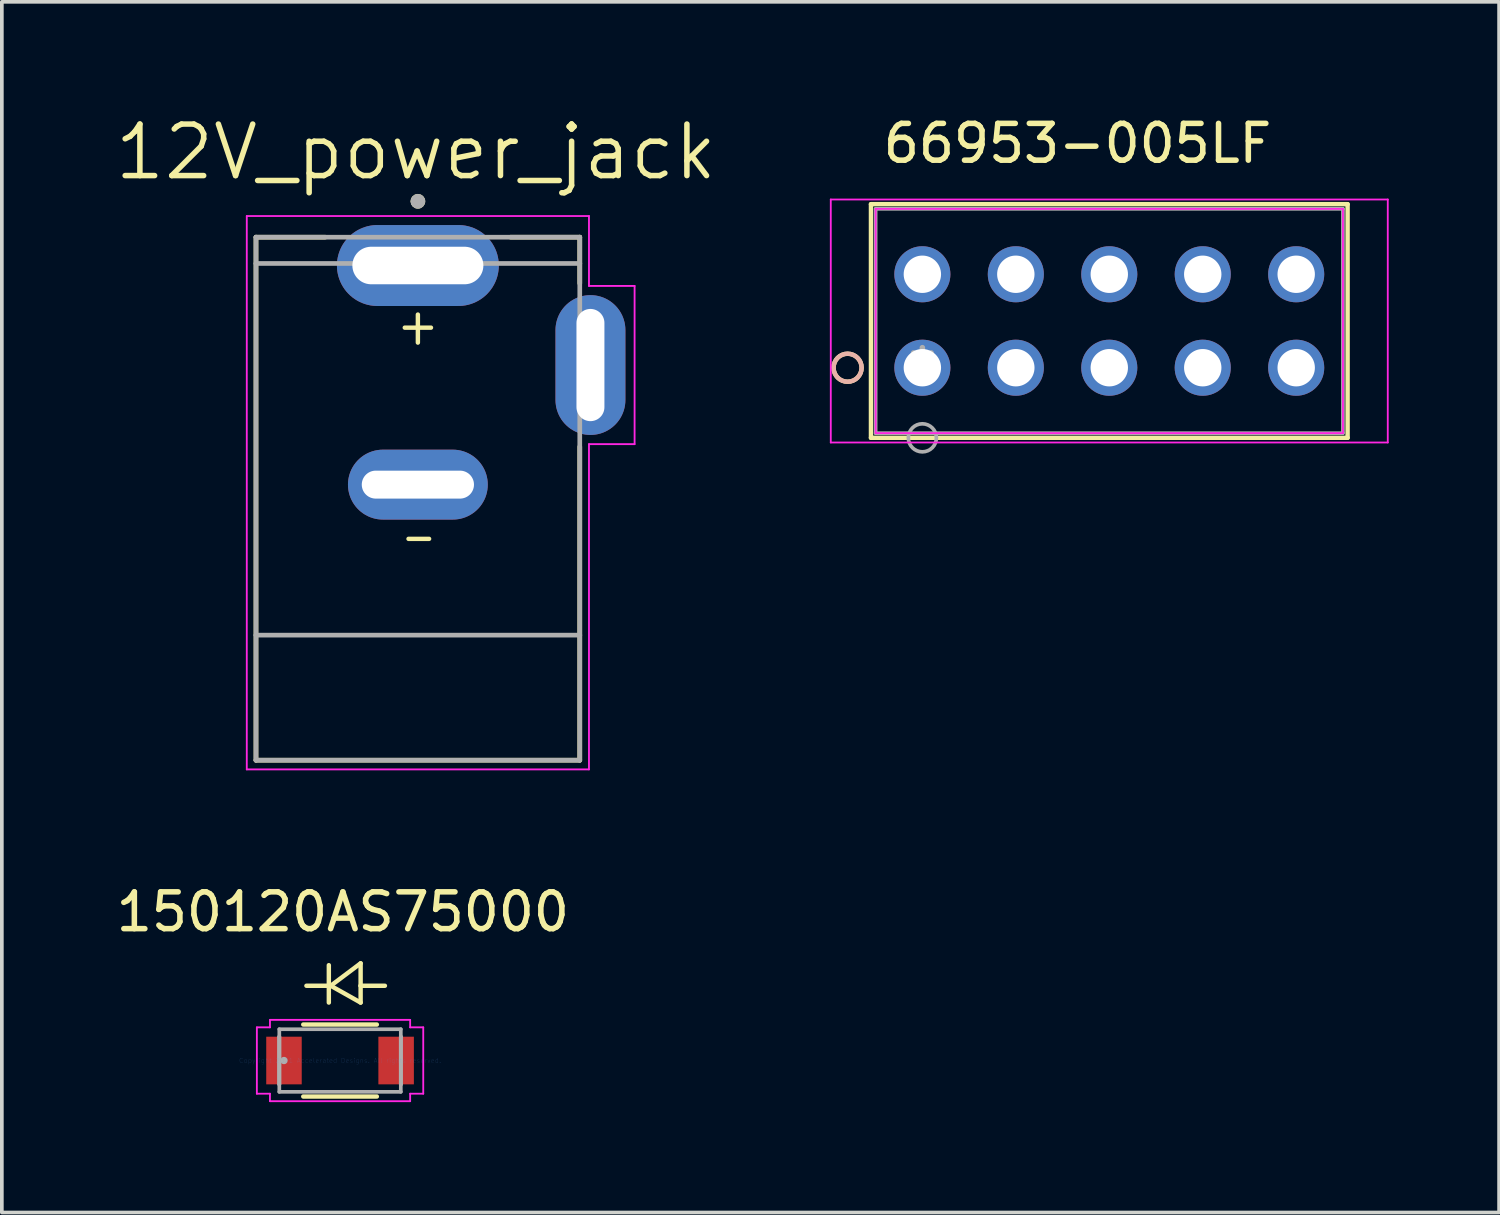
<source format=kicad_pcb>
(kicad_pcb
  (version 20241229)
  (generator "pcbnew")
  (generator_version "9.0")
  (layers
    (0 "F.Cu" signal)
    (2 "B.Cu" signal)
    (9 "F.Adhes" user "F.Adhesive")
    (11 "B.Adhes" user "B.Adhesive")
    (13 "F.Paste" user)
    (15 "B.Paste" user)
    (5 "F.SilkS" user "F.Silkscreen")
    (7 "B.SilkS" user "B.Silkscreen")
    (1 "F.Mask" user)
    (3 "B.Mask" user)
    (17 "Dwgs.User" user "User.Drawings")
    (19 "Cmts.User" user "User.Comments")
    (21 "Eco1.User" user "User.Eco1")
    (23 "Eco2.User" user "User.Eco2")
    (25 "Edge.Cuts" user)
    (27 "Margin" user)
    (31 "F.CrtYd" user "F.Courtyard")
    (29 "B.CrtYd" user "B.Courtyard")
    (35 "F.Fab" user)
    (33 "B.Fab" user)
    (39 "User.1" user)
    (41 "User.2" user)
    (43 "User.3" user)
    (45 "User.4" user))
  (footprint "12V_power_jack"
    (layer "F.Cu")
    (at 8.307 6.871)
    (property "Reference" "12V_power_jack" (at -0.055 -5.789 0) (layer "F.SilkS") (effects (font (size 1.4 1.4) (thickness 0.15))))
    (attr through_hole)
    (fp_line (start -4.4 -3.475) (end -4.4 10.74) (stroke (width 0.127) (type solid)) (layer "F.SilkS"))
    (fp_line (start -4.4 10.74) (end 4.4 10.74) (stroke (width 0.127) (type solid)) (layer "F.SilkS"))
    (fp_line (start -2.52 -3.475) (end -4.4 -3.475) (stroke (width 0.127) (type solid)) (layer "F.SilkS"))
    (fp_line (start -0.356 -1.016) (end 0.356 -1.016) (stroke (width 0.12) (type solid)) (layer "F.SilkS"))
    (fp_line (start -0.254 4.724) (end 0.305 4.724) (stroke (width 0.12) (type solid)) (layer "F.SilkS"))
    (fp_line (start 0 -1.372) (end 0 -0.61) (stroke (width 0.12) (type solid)) (layer "F.SilkS"))
    (fp_line (start 2.52 -3.475) (end 4.4 -3.475) (stroke (width 0.127) (type solid)) (layer "F.SilkS"))
    (fp_line (start 4.4 -3.475) (end 4.4 -2.22) (stroke (width 0.127) (type solid)) (layer "F.SilkS"))
    (fp_line (start 4.4 10.74) (end 4.4 2.22) (stroke (width 0.127) (type solid)) (layer "F.SilkS"))
    (fp_circle (center 0 -4.45) (end 0.1 -4.45) (stroke (width 0.2) (type solid)) (fill no) (layer "F.SilkS"))
    (fp_line (start -4.65 -4.05) (end -4.65 10.99) (stroke (width 0.05) (type solid)) (layer "F.CrtYd"))
    (fp_line (start -4.65 10.99) (end 4.65 10.99) (stroke (width 0.05) (type solid)) (layer "F.CrtYd"))
    (fp_line (start 4.65 -4.05) (end -4.65 -4.05) (stroke (width 0.05) (type solid)) (layer "F.CrtYd"))
    (fp_line (start 4.65 -4.05) (end 4.65 -2.15) (stroke (width 0.05) (type solid)) (layer "F.CrtYd"))
    (fp_line (start 4.65 -2.15) (end 5.89 -2.15) (stroke (width 0.05) (type solid)) (layer "F.CrtYd"))
    (fp_line (start 4.65 2.15) (end 4.65 10.99) (stroke (width 0.05) (type solid)) (layer "F.CrtYd"))
    (fp_line (start 5.89 -2.15) (end 5.89 2.15) (stroke (width 0.05) (type solid)) (layer "F.CrtYd"))
    (fp_line (start 5.89 2.15) (end 4.65 2.15) (stroke (width 0.05) (type solid)) (layer "F.CrtYd"))
    (fp_line (start -4.4 -3.475) (end -4.4 -2.76) (stroke (width 0.127) (type solid)) (layer "F.Fab"))
    (fp_line (start -4.4 -2.76) (end -4.4 7.34) (stroke (width 0.127) (type solid)) (layer "F.Fab"))
    (fp_line (start -4.4 -2.76) (end 4.4 -2.76) (stroke (width 0.127) (type solid)) (layer "F.Fab"))
    (fp_line (start -4.4 7.34) (end -4.4 10.74) (stroke (width 0.127) (type solid)) (layer "F.Fab"))
    (fp_line (start -4.4 7.34) (end 4.4 7.34) (stroke (width 0.127) (type solid)) (layer "F.Fab"))
    (fp_line (start -4.4 10.74) (end 4.4 10.74) (stroke (width 0.127) (type solid)) (layer "F.Fab"))
    (fp_line (start 4.4 -3.475) (end -4.4 -3.475) (stroke (width 0.127) (type solid)) (layer "F.Fab"))
    (fp_line (start 4.4 -2.76) (end 4.4 -3.475) (stroke (width 0.127) (type solid)) (layer "F.Fab"))
    (fp_line (start 4.4 7.34) (end 4.4 -2.76) (stroke (width 0.127) (type solid)) (layer "F.Fab"))
    (fp_line (start 4.4 10.74) (end 4.4 7.34) (stroke (width 0.127) (type solid)) (layer "F.Fab"))
    (fp_circle (center 0 -4.45) (end 0.1 -4.45) (stroke (width 0.2) (type solid)) (fill no) (layer "F.Fab"))
    (pad "1" thru_hole oval (at 0 -2.705) (size 4.4 2.2) (drill oval 3.56 1.02) (layers "*.Cu" "*.Mask"))
    (pad "2" thru_hole oval (at 0 3.25) (size 3.8 1.9) (drill oval 3.05 0.76) (layers "*.Cu" "*.Mask"))
    (pad "3" thru_hole oval (at 4.69 0) (size 1.9 3.8) (drill oval 0.76 3.05) (layers "*.Cu" "*.Mask")))
  (footprint "150120AS75000"
    (layer "F.Cu")
    (at 6.192 25.773)
    (property "Reference" "150120AS75000" (at 0.076 -4.039 0) (layer "F.SilkS") (effects (font (size 1 1) (thickness 0.15))))
    (attr through_hole)
    (fp_line (start -1 0.978) (end 1 0.978) (stroke (width 0.12) (type solid)) (layer "F.SilkS"))
    (fp_line (start -0.305 -2.591) (end -0.305 -1.575) (stroke (width 0.12) (type solid)) (layer "F.SilkS"))
    (fp_line (start -0.254 -2.032) (end -0.914 -2.032) (stroke (width 0.12) (type solid)) (layer "F.SilkS"))
    (fp_line (start 0.559 -2.642) (end -0.254 -2.032) (stroke (width 0.12) (type solid)) (layer "F.SilkS"))
    (fp_line (start 0.559 -2.032) (end 0.559 -2.642) (stroke (width 0.12) (type solid)) (layer "F.SilkS"))
    (fp_line (start 0.559 -2.032) (end 0.559 -1.575) (stroke (width 0.12) (type solid)) (layer "F.SilkS"))
    (fp_line (start 0.559 -1.575) (end -0.254 -2.032) (stroke (width 0.12) (type solid)) (layer "F.SilkS"))
    (fp_line (start 1 -0.978) (end -1 -0.978) (stroke (width 0.12) (type solid)) (layer "F.SilkS"))
    (fp_line (start 1.219 -2.032) (end 0.559 -2.032) (stroke (width 0.12) (type solid)) (layer "F.SilkS"))
    (fp_line (start -2.261 -0.902) (end -1.905 -0.902) (stroke (width 0.05) (type solid)) (layer "F.CrtYd"))
    (fp_line (start -2.261 0.902) (end -2.261 -0.902) (stroke (width 0.05) (type solid)) (layer "F.CrtYd"))
    (fp_line (start -1.905 -1.105) (end 1.905 -1.105) (stroke (width 0.05) (type solid)) (layer "F.CrtYd"))
    (fp_line (start -1.905 -0.902) (end -1.905 -1.105) (stroke (width 0.05) (type solid)) (layer "F.CrtYd"))
    (fp_line (start -1.905 0.902) (end -2.261 0.902) (stroke (width 0.05) (type solid)) (layer "F.CrtYd"))
    (fp_line (start -1.905 1.105) (end -1.905 0.902) (stroke (width 0.05) (type solid)) (layer "F.CrtYd"))
    (fp_line (start 1.905 -1.105) (end 1.905 -0.902) (stroke (width 0.05) (type solid)) (layer "F.CrtYd"))
    (fp_line (start 1.905 -0.902) (end 2.261 -0.902) (stroke (width 0.05) (type solid)) (layer "F.CrtYd"))
    (fp_line (start 1.905 0.902) (end 1.905 1.105) (stroke (width 0.05) (type solid)) (layer "F.CrtYd"))
    (fp_line (start 1.905 1.105) (end -1.905 1.105) (stroke (width 0.05) (type solid)) (layer "F.CrtYd"))
    (fp_line (start 2.261 -0.902) (end 2.261 0.902) (stroke (width 0.05) (type solid)) (layer "F.CrtYd"))
    (fp_line (start 2.261 0.902) (end 1.905 0.902) (stroke (width 0.05) (type solid)) (layer "F.CrtYd"))
    (fp_line (start -1.651 -0.851) (end -1.651 0.851) (stroke (width 0.1) (type solid)) (layer "F.Fab"))
    (fp_line (start -1.651 -0.648) (end -1.651 -0.648) (stroke (width 0.1) (type solid)) (layer "F.Fab"))
    (fp_line (start -1.651 -0.648) (end -1.651 0.648) (stroke (width 0.1) (type solid)) (layer "F.Fab"))
    (fp_line (start -1.651 0.648) (end -1.651 -0.648) (stroke (width 0.1) (type solid)) (layer "F.Fab"))
    (fp_line (start -1.651 0.648) (end -1.651 0.648) (stroke (width 0.1) (type solid)) (layer "F.Fab"))
    (fp_line (start -1.651 0.851) (end 1.651 0.851) (stroke (width 0.1) (type solid)) (layer "F.Fab"))
    (fp_line (start 1.651 -0.851) (end -1.651 -0.851) (stroke (width 0.1) (type solid)) (layer "F.Fab"))
    (fp_line (start 1.651 -0.648) (end 1.651 -0.648) (stroke (width 0.1) (type solid)) (layer "F.Fab"))
    (fp_line (start 1.651 -0.648) (end 1.651 0.648) (stroke (width 0.1) (type solid)) (layer "F.Fab"))
    (fp_line (start 1.651 0.648) (end 1.651 -0.648) (stroke (width 0.1) (type solid)) (layer "F.Fab"))
    (fp_line (start 1.651 0.648) (end 1.651 0.648) (stroke (width 0.1) (type solid)) (layer "F.Fab"))
    (fp_line (start 1.651 0.851) (end 1.651 -0.851) (stroke (width 0.1) (type solid)) (layer "F.Fab"))
    (fp_circle (center -1.524 0) (end -1.524 0) (stroke (width 0.1) (type solid)) (fill no) (layer "F.Fab"))
    (fp_text user "Copyright 2021 Accelerated Designs. All rights reserved." (at 0 0 0) (layer "Cmts.User") (effects (font (size 0.127 0.127) (thickness 0.002))))
    (pad "1" smd rect (at -1.524 0) (size 0.965 1.295) (layers "F.Cu" "F.Mask" "F.Paste"))
    (pad "2" smd rect (at 1.524 0) (size 0.965 1.295) (layers "F.Cu" "F.Mask" "F.Paste")))
  (footprint "66953-005LF"
    (layer "F.Cu")
    (at 22.018 6.944)
    (property "Reference" "66953-005LF" (at 4.216 -6.096 0) (layer "F.SilkS") (effects (font (size 1 1) (thickness 0.15))))
    (attr through_hole)
    (fp_line (start -1.397 -4.445) (end -1.397 1.905) (stroke (width 0.12) (type solid)) (layer "F.SilkS"))
    (fp_line (start -1.397 1.905) (end 11.557 1.905) (stroke (width 0.12) (type solid)) (layer "F.SilkS"))
    (fp_line (start 11.557 -4.445) (end -1.397 -4.445) (stroke (width 0.12) (type solid)) (layer "F.SilkS"))
    (fp_line (start 11.557 1.905) (end 11.557 -4.445) (stroke (width 0.12) (type solid)) (layer "F.SilkS"))
    (fp_circle (center -2.032 0) (end -1.651 0) (stroke (width 0.12) (type solid)) (fill no) (layer "F.SilkS"))
    (fp_circle (center -2.032 0) (end -1.651 0) (stroke (width 0.12) (type solid)) (fill no) (layer "B.SilkS"))
    (fp_line (start -2.489 -4.572) (end -2.489 2.032) (stroke (width 0.05) (type solid)) (layer "F.CrtYd"))
    (fp_line (start -2.489 2.032) (end 12.649 2.032) (stroke (width 0.05) (type solid)) (layer "F.CrtYd"))
    (fp_line (start -1.27 -4.318) (end -1.27 1.778) (stroke (width 0.05) (type solid)) (layer "F.CrtYd"))
    (fp_line (start -1.27 1.778) (end 11.43 1.778) (stroke (width 0.05) (type solid)) (layer "F.CrtYd"))
    (fp_line (start 11.43 -4.318) (end -1.27 -4.318) (stroke (width 0.05) (type solid)) (layer "F.CrtYd"))
    (fp_line (start 11.43 1.778) (end 11.43 -4.318) (stroke (width 0.05) (type solid)) (layer "F.CrtYd"))
    (fp_line (start 12.649 -4.572) (end -2.489 -4.572) (stroke (width 0.05) (type solid)) (layer "F.CrtYd"))
    (fp_line (start 12.649 2.032) (end 12.649 -4.572) (stroke (width 0.05) (type solid)) (layer "F.CrtYd"))
    (fp_line (start -1.27 -4.318) (end -1.27 1.778) (stroke (width 0.1) (type solid)) (layer "F.Fab"))
    (fp_line (start -1.27 1.778) (end 11.43 1.778) (stroke (width 0.1) (type solid)) (layer "F.Fab"))
    (fp_line (start 11.43 -4.318) (end -1.27 -4.318) (stroke (width 0.1) (type solid)) (layer "F.Fab"))
    (fp_line (start 11.43 1.778) (end 11.43 -4.318) (stroke (width 0.1) (type solid)) (layer "F.Fab"))
    (fp_circle (center 0 1.905) (end 0.381 1.905) (stroke (width 0.1) (type solid)) (fill no) (layer "F.Fab"))
    (fp_text user "*" (at 0 0 0) (layer "F.Fab") (effects (font (size 1 1) (thickness 0.15))))
    (pad "A1" thru_hole circle (at 0 0) (size 1.524 1.524) (drill 1.016) (layers "*.Cu" "*.Mask"))
    (pad "A2" thru_hole circle (at 2.54 0) (size 1.524 1.524) (drill 1.016) (layers "*.Cu" "*.Mask"))
    (pad "A3" thru_hole circle (at 5.08 0) (size 1.524 1.524) (drill 1.016) (layers "*.Cu" "*.Mask"))
    (pad "A4" thru_hole circle (at 7.62 0) (size 1.524 1.524) (drill 1.016) (layers "*.Cu" "*.Mask"))
    (pad "A5" thru_hole circle (at 10.16 0) (size 1.524 1.524) (drill 1.016) (layers "*.Cu" "*.Mask"))
    (pad "B1" thru_hole circle (at 0 -2.54) (size 1.524 1.524) (drill 1.016) (layers "*.Cu" "*.Mask"))
    (pad "B2" thru_hole circle (at 2.54 -2.54) (size 1.524 1.524) (drill 1.016) (layers "*.Cu" "*.Mask"))
    (pad "B3" thru_hole circle (at 5.08 -2.54) (size 1.524 1.524) (drill 1.016) (layers "*.Cu" "*.Mask"))
    (pad "B4" thru_hole circle (at 7.62 -2.54) (size 1.524 1.524) (drill 1.016) (layers "*.Cu" "*.Mask"))
    (pad "B5" thru_hole circle (at 10.16 -2.54) (size 1.524 1.524) (drill 1.016) (layers "*.Cu" "*.Mask")))
  (gr_rect
    (start -3 -3)
    (end 37.692 29.903)
    (stroke (width 0.1) (type default))
    (fill no)
    (layer "Edge.Cuts")))
</source>
